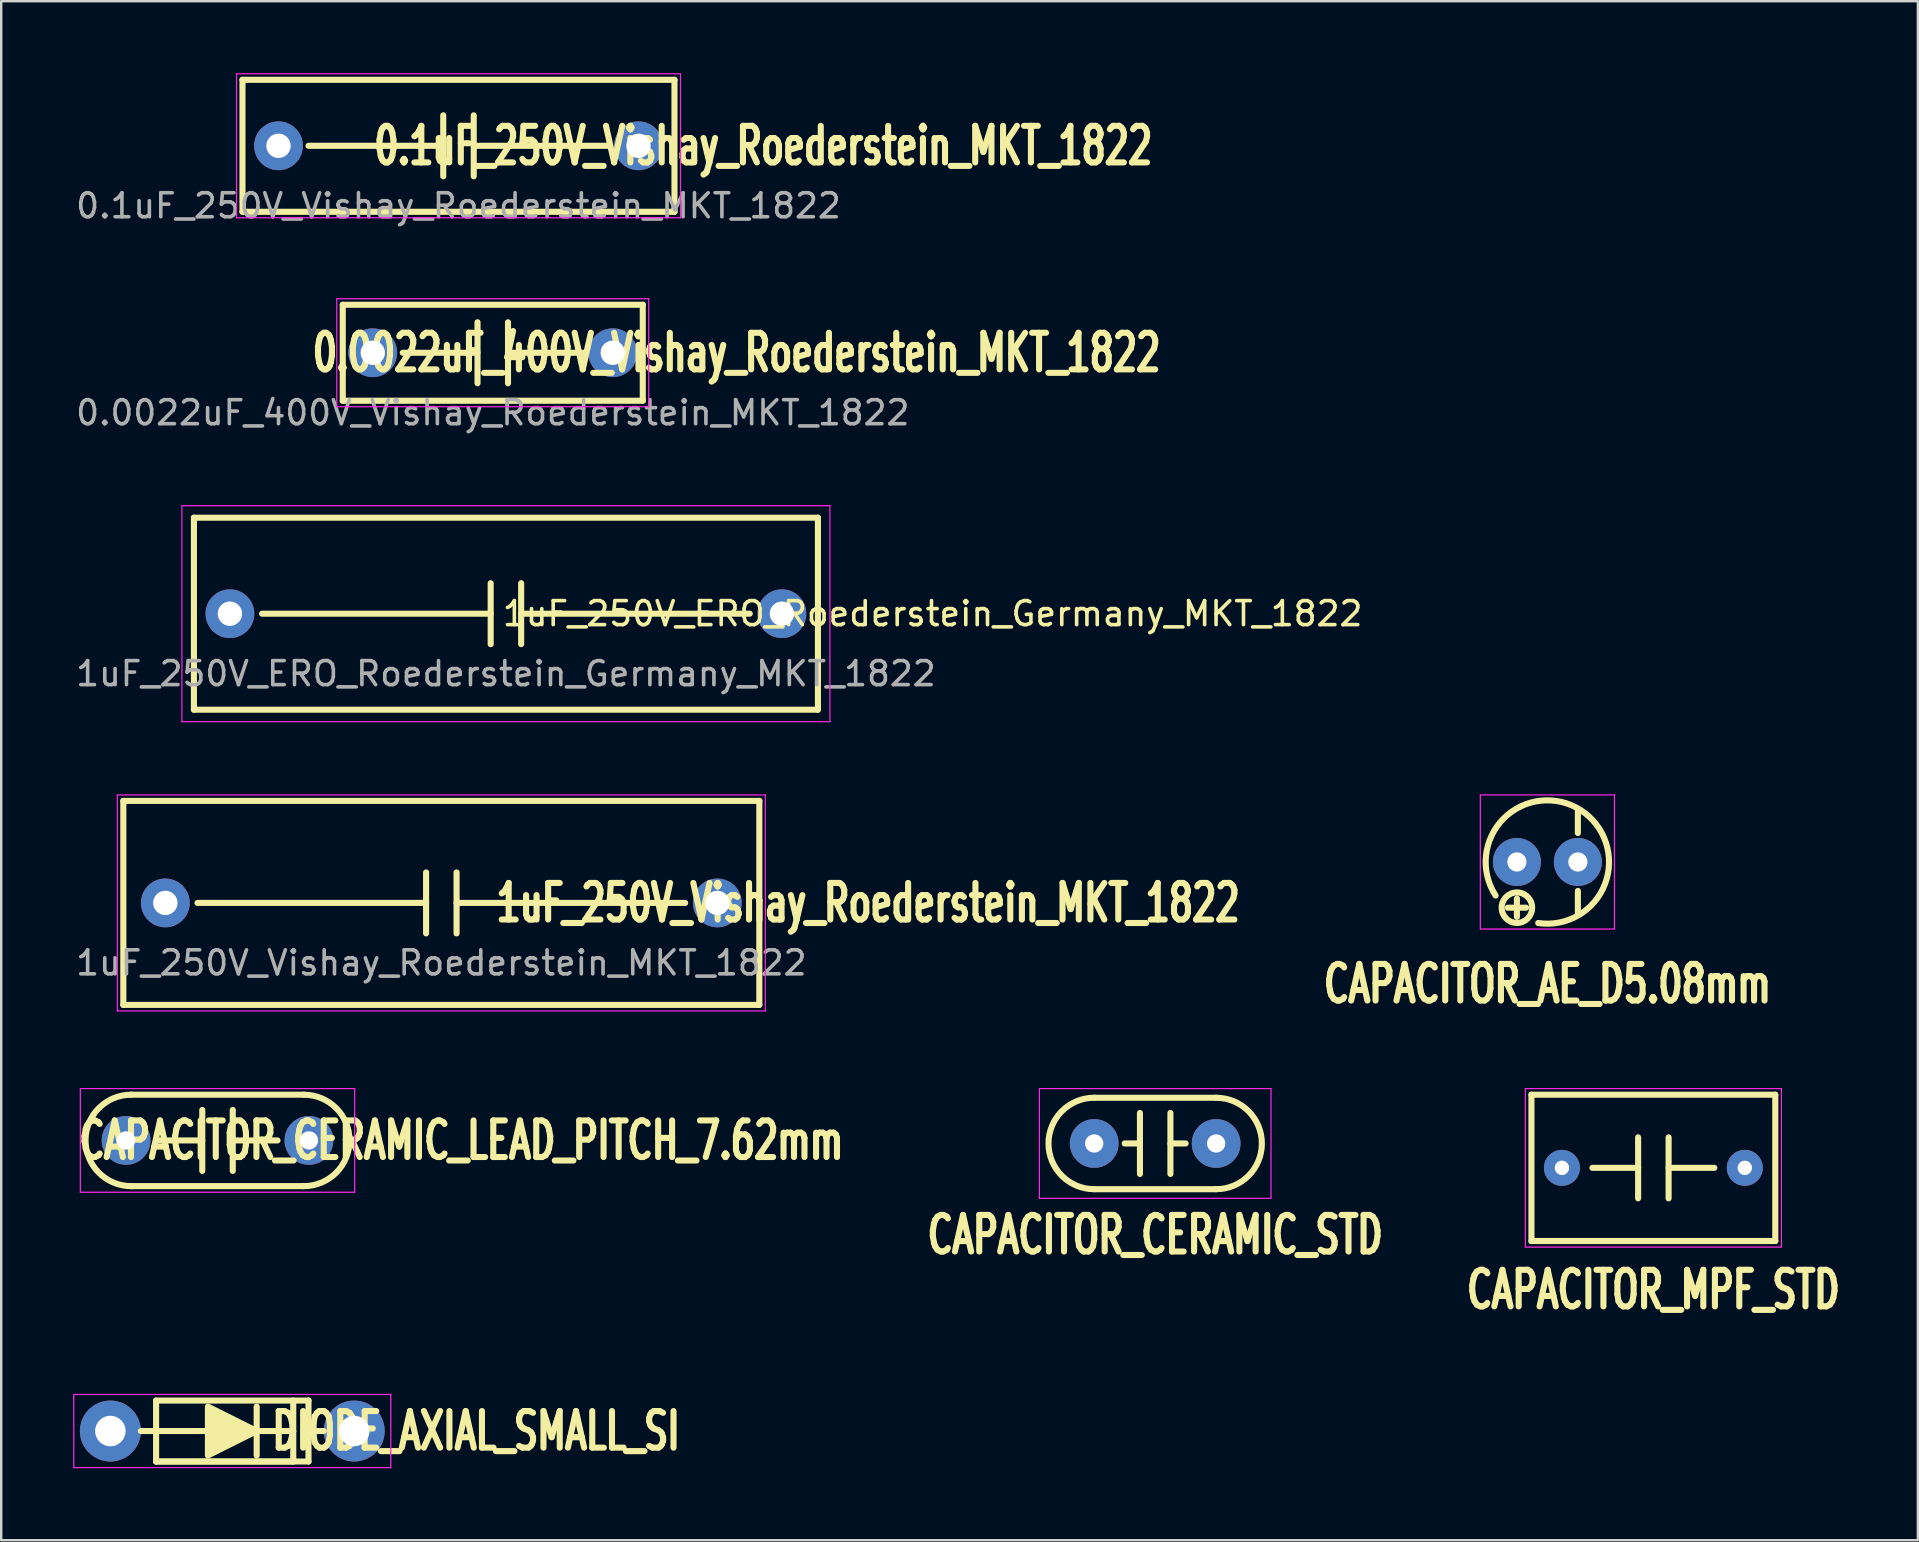
<source format=kicad_pcb>
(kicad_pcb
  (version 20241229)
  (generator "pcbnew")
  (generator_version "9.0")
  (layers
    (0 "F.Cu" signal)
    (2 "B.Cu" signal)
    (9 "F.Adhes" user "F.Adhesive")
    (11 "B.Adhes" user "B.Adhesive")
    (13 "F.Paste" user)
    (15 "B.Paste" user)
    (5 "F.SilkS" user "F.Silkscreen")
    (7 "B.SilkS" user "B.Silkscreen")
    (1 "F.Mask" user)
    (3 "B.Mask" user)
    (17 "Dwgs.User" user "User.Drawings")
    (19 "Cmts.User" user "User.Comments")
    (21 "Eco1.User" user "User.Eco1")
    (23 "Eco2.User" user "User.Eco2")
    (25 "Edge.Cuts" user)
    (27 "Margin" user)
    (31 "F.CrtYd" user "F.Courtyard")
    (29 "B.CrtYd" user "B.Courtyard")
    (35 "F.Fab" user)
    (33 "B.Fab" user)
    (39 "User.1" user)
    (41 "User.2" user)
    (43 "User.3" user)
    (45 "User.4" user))
  (footprint "CAPACITOR_CERAMIC_STD"
    (layer "F.Cu")
    (at 45.083 44.595)
    (property "Reference" "CAPACITOR_CERAMIC_STD" (at 0 3.81 0) (layer "F.SilkS") (effects (font (size 1.524 1.016) (thickness 0.254))))
    (attr through_hole)
    (fp_line (start -0.635 -1.27) (end -0.635 1.27) (stroke (width 0.254) (type solid)) (layer "F.SilkS"))
    (fp_line (start -0.635 0) (end -1.27 0) (stroke (width 0.254) (type solid)) (layer "F.SilkS"))
    (fp_line (start 0.635 -1.27) (end 0.635 1.27) (stroke (width 0.254) (type solid)) (layer "F.SilkS"))
    (fp_line (start 0.635 0) (end 1.27 0) (stroke (width 0.254) (type solid)) (layer "F.SilkS"))
    (fp_line (start 2.54 -1.905) (end -2.54 -1.905) (stroke (width 0.254) (type solid)) (layer "F.SilkS"))
    (fp_line (start 2.54 1.905) (end -2.54 1.905) (stroke (width 0.254) (type solid)) (layer "F.SilkS"))
    (fp_arc (start -2.54 1.905) (mid -4.445 0) (end -2.54 -1.905) (stroke (width 0.254) (type solid)) (layer "F.SilkS"))
    (fp_arc (start 2.54 -1.905) (mid 4.445 0) (end 2.54 1.905) (stroke (width 0.254) (type solid)) (layer "F.SilkS"))
    (fp_line (start -4.826 -2.286) (end -4.826 2.286) (stroke (width 0.051) (type solid)) (layer "F.CrtYd"))
    (fp_line (start 4.826 -2.286) (end -4.826 -2.286) (stroke (width 0.051) (type solid)) (layer "F.CrtYd"))
    (fp_line (start 4.826 -2.286) (end 4.826 2.286) (stroke (width 0.051) (type solid)) (layer "F.CrtYd"))
    (fp_line (start 4.826 2.286) (end -4.826 2.286) (stroke (width 0.051) (type solid)) (layer "F.CrtYd"))
    (pad "1" thru_hole circle (at -2.54 0) (size 2.032 2.032) (drill 0.762) (layers "*.Cu" "*.Mask"))
    (pad "2" thru_hole circle (at 2.54 0) (size 2.032 2.032) (drill 0.762) (layers "*.Cu" "*.Mask")))
  (footprint "CAPACITOR_AE_D5.08mm"
    (layer "F.Cu")
    (at 61.425 32.866)
    (property "Reference" "CAPACITOR_AE_D5.08mm" (at 0 5.08 0) (layer "F.SilkS") (effects (font (size 1.524 1.016) (thickness 0.254))))
    (attr through_hole)
    (fp_line (start -1.651 1.905) (end -0.889 1.905) (stroke (width 0.254) (type solid)) (layer "F.SilkS"))
    (fp_line (start -1.27 1.524) (end -1.27 2.286) (stroke (width 0.254) (type solid)) (layer "F.SilkS"))
    (fp_line (start 1.27 -2.159) (end 1.27 -1.206) (stroke (width 0.254) (type solid)) (layer "F.SilkS"))
    (fp_line (start 1.27 1.206) (end 1.27 2.159) (stroke (width 0.254) (type solid)) (layer "F.SilkS"))
    (fp_arc (start -2.159 1.397) (mid 1.391479 -2.158098) (end -0.381465 2.543103) (stroke (width 0.254) (type solid)) (layer "F.SilkS"))
    (fp_circle (center -1.27 1.905) (end -0.635 1.905) (stroke (width 0.254) (type solid)) (fill no) (layer "F.SilkS"))
    (fp_line (start -2.794 -2.794) (end 2.794 -2.794) (stroke (width 0.051) (type solid)) (layer "F.CrtYd"))
    (fp_line (start -2.794 2.794) (end -2.794 -2.794) (stroke (width 0.051) (type solid)) (layer "F.CrtYd"))
    (fp_line (start 2.794 -2.794) (end 2.794 2.794) (stroke (width 0.051) (type solid)) (layer "F.CrtYd"))
    (fp_line (start 2.794 2.794) (end -2.794 2.794) (stroke (width 0.051) (type solid)) (layer "F.CrtYd"))
    (pad "1" thru_hole circle (at -1.27 0) (size 2 2) (drill 0.8) (layers "*.Cu" "*.Mask"))
    (pad "2" thru_hole circle (at 1.27 0) (size 2 2) (drill 0.8) (layers "*.Cu" "*.Mask")))
  (footprint "1uF_250V_Vishay_Roederstein_MKT_1822"
    (layer "F.Cu")
    (at 15.339 34.572)
    (property "Reference" "1uF_250V_Vishay_Roederstein_MKT_1822" (at 17.78 0 0) (unlocked yes) (layer "F.SilkS") (effects (font (size 1.524 1.016) (thickness 0.254))))
    (attr through_hole)
    (fp_line (start -13.25 -4.25) (end 13.25 -4.25) (stroke (width 0.254) (type solid)) (layer "F.SilkS"))
    (fp_line (start -13.25 4.25) (end -13.25 -4.25) (stroke (width 0.254) (type solid)) (layer "F.SilkS"))
    (fp_line (start -13.25 4.25) (end 13.25 4.25) (stroke (width 0.254) (type solid)) (layer "F.SilkS"))
    (fp_line (start -0.635 0) (end -10.16 0) (stroke (width 0.254) (type solid)) (layer "F.SilkS"))
    (fp_line (start -0.635 1.27) (end -0.635 -1.27) (stroke (width 0.254) (type solid)) (layer "F.SilkS"))
    (fp_line (start 0.635 1.27) (end 0.635 -1.27) (stroke (width 0.254) (type solid)) (layer "F.SilkS"))
    (fp_line (start 10.16 0) (end 0.635 0) (stroke (width 0.254) (type solid)) (layer "F.SilkS"))
    (fp_line (start 13.25 -4.25) (end 13.25 4.25) (stroke (width 0.254) (type solid)) (layer "F.SilkS"))
    (fp_line (start -13.5 -4.5) (end -13.5 4.5) (stroke (width 0.05) (type solid)) (layer "F.CrtYd"))
    (fp_line (start -13.5 4.5) (end 13.5 4.5) (stroke (width 0.05) (type solid)) (layer "F.CrtYd"))
    (fp_line (start 13.5 -4.5) (end -13.5 -4.5) (stroke (width 0.05) (type solid)) (layer "F.CrtYd"))
    (fp_line (start 13.5 4.5) (end 13.5 -4.5) (stroke (width 0.05) (type solid)) (layer "F.CrtYd"))
    (fp_text user "${REFERENCE}" (at 0 2.5 0) (unlocked yes) (layer "F.Fab") (effects (font (size 1 1) (thickness 0.15))))
    (pad "1" thru_hole circle (at -11.5 0) (size 2.032 2.032) (drill 1.016) (layers "*.Cu" "*.Mask"))
    (pad "2" thru_hole circle (at 11.5 0) (size 2.032 2.032) (drill 1.016) (layers "*.Cu" "*.Mask")))
  (footprint "CAPACITOR_MPF_STD"
    (layer "F.Cu")
    (at 65.841 45.611)
    (property "Reference" "CAPACITOR_MPF_STD" (at 0 5.08 0) (layer "F.SilkS") (effects (font (size 1.524 1.016) (thickness 0.254))))
    (attr through_hole)
    (fp_line (start -5.08 3.048) (end -5.08 -3.048) (stroke (width 0.254) (type solid)) (layer "F.SilkS"))
    (fp_line (start -0.635 -1.27) (end -0.635 1.27) (stroke (width 0.254) (type solid)) (layer "F.SilkS"))
    (fp_line (start -0.635 0) (end -2.54 0) (stroke (width 0.254) (type solid)) (layer "F.SilkS"))
    (fp_line (start 0.635 -1.27) (end 0.635 1.27) (stroke (width 0.254) (type solid)) (layer "F.SilkS"))
    (fp_line (start 0.635 0) (end 2.54 0) (stroke (width 0.254) (type solid)) (layer "F.SilkS"))
    (fp_line (start 5.08 -3.048) (end -5.08 -3.048) (stroke (width 0.254) (type solid)) (layer "F.SilkS"))
    (fp_line (start 5.08 -3.048) (end 5.08 3.048) (stroke (width 0.254) (type solid)) (layer "F.SilkS"))
    (fp_line (start 5.08 3.048) (end -5.08 3.048) (stroke (width 0.254) (type solid)) (layer "F.SilkS"))
    (fp_line (start -5.334 -3.302) (end -5.334 3.302) (stroke (width 0.051) (type solid)) (layer "F.CrtYd"))
    (fp_line (start -5.334 3.302) (end 5.334 3.302) (stroke (width 0.051) (type solid)) (layer "F.CrtYd"))
    (fp_line (start 5.334 -3.302) (end -5.334 -3.302) (stroke (width 0.051) (type solid)) (layer "F.CrtYd"))
    (fp_line (start 5.334 3.302) (end 5.334 -3.302) (stroke (width 0.051) (type solid)) (layer "F.CrtYd"))
    (pad "1" thru_hole circle (at -3.81 0) (size 1.5 1.5) (drill 0.6) (layers "*.Cu" "*.Mask"))
    (pad "2" thru_hole circle (at 3.81 0) (size 1.5 1.5) (drill 0.6) (layers "*.Cu" "*.Mask")))
  (footprint "0.0022uF_400V_Vishay_Roederstein_MKT_1822"
    (layer "F.Cu")
    (at 17.482 11.648)
    (property "Reference" "0.0022uF_400V_Vishay_Roederstein_MKT_1822" (at 10.16 0 0) (unlocked yes) (layer "F.SilkS") (effects (font (size 1.524 1.016) (thickness 0.254))))
    (attr through_hole)
    (fp_line (start -6.25 -2) (end -6.25 2) (stroke (width 0.254) (type solid)) (layer "F.SilkS"))
    (fp_line (start -6.25 -2) (end 6.25 -2) (stroke (width 0.254) (type solid)) (layer "F.SilkS"))
    (fp_line (start -6.25 2) (end 6.25 2) (stroke (width 0.254) (type solid)) (layer "F.SilkS"))
    (fp_line (start -0.635 0) (end -3.75 0) (stroke (width 0.254) (type solid)) (layer "F.SilkS"))
    (fp_line (start -0.635 1.27) (end -0.635 -1.27) (stroke (width 0.254) (type solid)) (layer "F.SilkS"))
    (fp_line (start 0.635 1.27) (end 0.635 -1.27) (stroke (width 0.254) (type solid)) (layer "F.SilkS"))
    (fp_line (start 3.75 0) (end 0.635 0) (stroke (width 0.254) (type solid)) (layer "F.SilkS"))
    (fp_line (start 6.25 -2) (end 6.25 2) (stroke (width 0.254) (type solid)) (layer "F.SilkS"))
    (fp_line (start -6.5 -2.25) (end -6.5 2.25) (stroke (width 0.05) (type solid)) (layer "F.CrtYd"))
    (fp_line (start -6.5 2.25) (end 6.5 2.25) (stroke (width 0.05) (type solid)) (layer "F.CrtYd"))
    (fp_line (start 6.5 -2.25) (end -6.5 -2.25) (stroke (width 0.05) (type solid)) (layer "F.CrtYd"))
    (fp_line (start 6.5 2.25) (end 6.5 -2.25) (stroke (width 0.05) (type solid)) (layer "F.CrtYd"))
    (fp_text user "${REFERENCE}" (at 0 2.5 0) (unlocked yes) (layer "F.Fab") (effects (font (size 1 1) (thickness 0.15))))
    (pad "1" thru_hole circle (at -5 0) (size 2.032 2.032) (drill 1.016) (layers "*.Cu" "*.Mask"))
    (pad "2" thru_hole circle (at 5 0) (size 2.032 2.032) (drill 1.016) (layers "*.Cu" "*.Mask")))
  (footprint "1uF_250V_ERO_Roederstein_Germany_MKT_1822"
    (layer "F.Cu")
    (at 18.03 22.521)
    (property "Reference" "1uF_250V_ERO_Roederstein_Germany_MKT_1822" (at 17.78 0 0) (unlocked yes) (layer "F.SilkS") (effects (font (size 1 1) (thickness 0.15))))
    (attr through_hole)
    (fp_line (start -13 -4) (end 13 -4) (stroke (width 0.254) (type solid)) (layer "F.SilkS"))
    (fp_line (start -13 4) (end -13 -4) (stroke (width 0.254) (type solid)) (layer "F.SilkS"))
    (fp_line (start -13 4) (end 13 4) (stroke (width 0.254) (type solid)) (layer "F.SilkS"))
    (fp_line (start -0.635 0) (end -10.16 0) (stroke (width 0.254) (type solid)) (layer "F.SilkS"))
    (fp_line (start -0.635 1.27) (end -0.635 -1.27) (stroke (width 0.254) (type solid)) (layer "F.SilkS"))
    (fp_line (start 0.635 1.27) (end 0.635 -1.27) (stroke (width 0.254) (type solid)) (layer "F.SilkS"))
    (fp_line (start 10.16 0) (end 0.635 0) (stroke (width 0.254) (type solid)) (layer "F.SilkS"))
    (fp_line (start 13 -4) (end 13 4) (stroke (width 0.254) (type solid)) (layer "F.SilkS"))
    (fp_line (start -13.5 -4.5) (end -13.5 4.5) (stroke (width 0.05) (type solid)) (layer "F.CrtYd"))
    (fp_line (start -13.5 4.5) (end 13.5 4.5) (stroke (width 0.05) (type solid)) (layer "F.CrtYd"))
    (fp_line (start 13.5 -4.5) (end -13.5 -4.5) (stroke (width 0.05) (type solid)) (layer "F.CrtYd"))
    (fp_line (start 13.5 4.5) (end 13.5 -4.5) (stroke (width 0.05) (type solid)) (layer "F.CrtYd"))
    (fp_text user "${REFERENCE}" (at 0 2.5 0) (unlocked yes) (layer "F.Fab") (effects (font (size 1 1) (thickness 0.15))))
    (pad "1" thru_hole circle (at -11.5 0) (size 2.032 2.032) (drill 1.016) (layers "*.Cu" "*.Mask"))
    (pad "2" thru_hole circle (at 11.5 0) (size 2.032 2.032) (drill 1.016) (layers "*.Cu" "*.Mask")))
  (footprint "CAPACITOR_CERAMIC_LEAD_PITCH_7.62mm"
    (layer "F.Cu")
    (at 6.013 44.468)
    (property "Reference" "CAPACITOR_CERAMIC_LEAD_PITCH_7.62mm" (at 10.16 0 0) (layer "F.SilkS") (effects (font (size 1.524 1.016) (thickness 0.254))))
    (attr through_hole)
    (fp_line (start -0.635 -1.27) (end -0.635 1.27) (stroke (width 0.254) (type solid)) (layer "F.SilkS"))
    (fp_line (start -0.635 0) (end -2.5 0) (stroke (width 0.254) (type solid)) (layer "F.SilkS"))
    (fp_line (start 0.635 -1.27) (end 0.635 1.27) (stroke (width 0.254) (type solid)) (layer "F.SilkS"))
    (fp_line (start 0.635 0) (end 2.5 0) (stroke (width 0.254) (type solid)) (layer "F.SilkS"))
    (fp_line (start 3.595 -1.905) (end -3.595 -1.905) (stroke (width 0.254) (type solid)) (layer "F.SilkS"))
    (fp_line (start 3.595 1.905) (end -3.595 1.905) (stroke (width 0.254) (type solid)) (layer "F.SilkS"))
    (fp_arc (start -3.595 1.905) (mid -5.5 0) (end -3.595 -1.905) (stroke (width 0.254) (type solid)) (layer "F.SilkS"))
    (fp_arc (start 3.595 -1.905) (mid 5.5 0) (end 3.595 1.905) (stroke (width 0.254) (type solid)) (layer "F.SilkS"))
    (fp_line (start -5.715 -2.159) (end -5.715 2.159) (stroke (width 0.051) (type solid)) (layer "F.CrtYd"))
    (fp_line (start 5.715 -2.159) (end -5.715 -2.159) (stroke (width 0.051) (type solid)) (layer "F.CrtYd"))
    (fp_line (start 5.715 -2.159) (end 5.715 2.159) (stroke (width 0.051) (type solid)) (layer "F.CrtYd"))
    (fp_line (start 5.715 2.159) (end -5.715 2.159) (stroke (width 0.051) (type solid)) (layer "F.CrtYd"))
    (pad "1" thru_hole circle (at -3.81 0) (size 2.032 2.032) (drill 0.762) (layers "*.Cu" "*.Mask"))
    (pad "2" thru_hole circle (at 3.81 0) (size 2.032 2.032) (drill 0.762) (layers "*.Cu" "*.Mask")))
  (footprint "DIODE_AXIAL_SMALL_SI"
    (layer "F.Cu")
    (at 6.629 56.577)
    (property "Reference" "DIODE_AXIAL_SMALL_SI" (at 10.16 0 0) (layer "F.SilkS") (effects (font (size 1.524 1.016) (thickness 0.254))))
    (attr through_hole)
    (fp_line (start -3.175 -1.27) (end -3.175 1.27) (stroke (width 0.254) (type solid)) (layer "F.SilkS"))
    (fp_line (start -3.175 1.27) (end 3.175 1.27) (stroke (width 0.254) (type solid)) (layer "F.SilkS"))
    (fp_line (start 1.016 1.016) (end 1.016 -1.016) (stroke (width 0.254) (type solid)) (layer "F.SilkS"))
    (fp_line (start 2.54 -1.27) (end 2.54 1.27) (stroke (width 0.254) (type solid)) (layer "F.SilkS"))
    (fp_line (start 2.54 0) (end -3.81 0) (stroke (width 0.254) (type solid)) (layer "F.SilkS"))
    (fp_line (start 2.54 1.27) (end -3.175 1.27) (stroke (width 0.254) (type solid)) (layer "F.SilkS"))
    (fp_line (start 3.175 -1.27) (end -3.175 -1.27) (stroke (width 0.254) (type solid)) (layer "F.SilkS"))
    (fp_line (start 3.175 0) (end 3.81 0) (stroke (width 0.254) (type solid)) (layer "F.SilkS"))
    (fp_line (start 3.175 1.27) (end 3.175 -1.27) (stroke (width 0.254) (type solid)) (layer "F.SilkS"))
    (fp_poly (pts (xy 1.016 0) (xy -1.016 1.016) (xy -1.016 -1.016)) (stroke (width 0.254) (type solid)) (fill yes) (layer "F.SilkS"))
    (fp_line (start -6.604 -1.524) (end -6.604 1.524) (stroke (width 0.051) (type solid)) (layer "F.CrtYd"))
    (fp_line (start -6.604 1.524) (end 6.604 1.524) (stroke (width 0.051) (type solid)) (layer "F.CrtYd"))
    (fp_line (start 6.604 -1.524) (end -6.604 -1.524) (stroke (width 0.051) (type solid)) (layer "F.CrtYd"))
    (fp_line (start 6.604 1.524) (end 6.604 -1.524) (stroke (width 0.051) (type solid)) (layer "F.CrtYd"))
    (pad "1" thru_hole circle (at -5.08 0) (size 2.54 2.54) (drill 1.27) (layers "*.Cu" "*.Mask"))
    (pad "2" thru_hole circle (at 5.08 0) (size 2.54 2.54) (drill 1.27) (layers "*.Cu" "*.Mask")))
  (footprint "0.1uF_250V_Vishay_Roederstein_MKT_1822"
    (layer "F.Cu")
    (at 16.054 3.025)
    (property "Reference" "0.1uF_250V_Vishay_Roederstein_MKT_1822" (at 12.7 0 0) (unlocked yes) (layer "F.SilkS") (effects (font (size 1.524 1.016) (thickness 0.254))))
    (attr through_hole)
    (fp_line (start -9 -2.75) (end -9 2.75) (stroke (width 0.254) (type solid)) (layer "F.SilkS"))
    (fp_line (start -9 -2.75) (end 9 -2.75) (stroke (width 0.254) (type solid)) (layer "F.SilkS"))
    (fp_line (start -9 2.75) (end 9 2.75) (stroke (width 0.254) (type solid)) (layer "F.SilkS"))
    (fp_line (start -0.635 0) (end -6.25 0) (stroke (width 0.254) (type solid)) (layer "F.SilkS"))
    (fp_line (start -0.635 1.27) (end -0.635 -1.27) (stroke (width 0.254) (type solid)) (layer "F.SilkS"))
    (fp_line (start 0.635 1.27) (end 0.635 -1.27) (stroke (width 0.254) (type solid)) (layer "F.SilkS"))
    (fp_line (start 6.25 0) (end 0.635 0) (stroke (width 0.254) (type solid)) (layer "F.SilkS"))
    (fp_line (start 9 -2.75) (end 9 2.75) (stroke (width 0.254) (type solid)) (layer "F.SilkS"))
    (fp_line (start -9.25 -3) (end -9.25 3) (stroke (width 0.05) (type solid)) (layer "F.CrtYd"))
    (fp_line (start -9.25 3) (end 9.25 3) (stroke (width 0.05) (type solid)) (layer "F.CrtYd"))
    (fp_line (start 9.25 -3) (end -9.25 -3) (stroke (width 0.05) (type solid)) (layer "F.CrtYd"))
    (fp_line (start 9.25 3) (end 9.25 -3) (stroke (width 0.05) (type solid)) (layer "F.CrtYd"))
    (fp_text user "${REFERENCE}" (at 0 2.5 0) (unlocked yes) (layer "F.Fab") (effects (font (size 1 1) (thickness 0.15))))
    (pad "1" thru_hole circle (at -7.5 0) (size 2.032 2.032) (drill 1.016) (layers "*.Cu" "*.Mask"))
    (pad "2" thru_hole circle (at 7.5 0) (size 2.032 2.032) (drill 1.016) (layers "*.Cu" "*.Mask")))
  (gr_rect
    (start -3 -3)
    (end 76.862 61.127)
    (stroke (width 0.1) (type default))
    (fill no)
    (layer "Edge.Cuts")))
</source>
